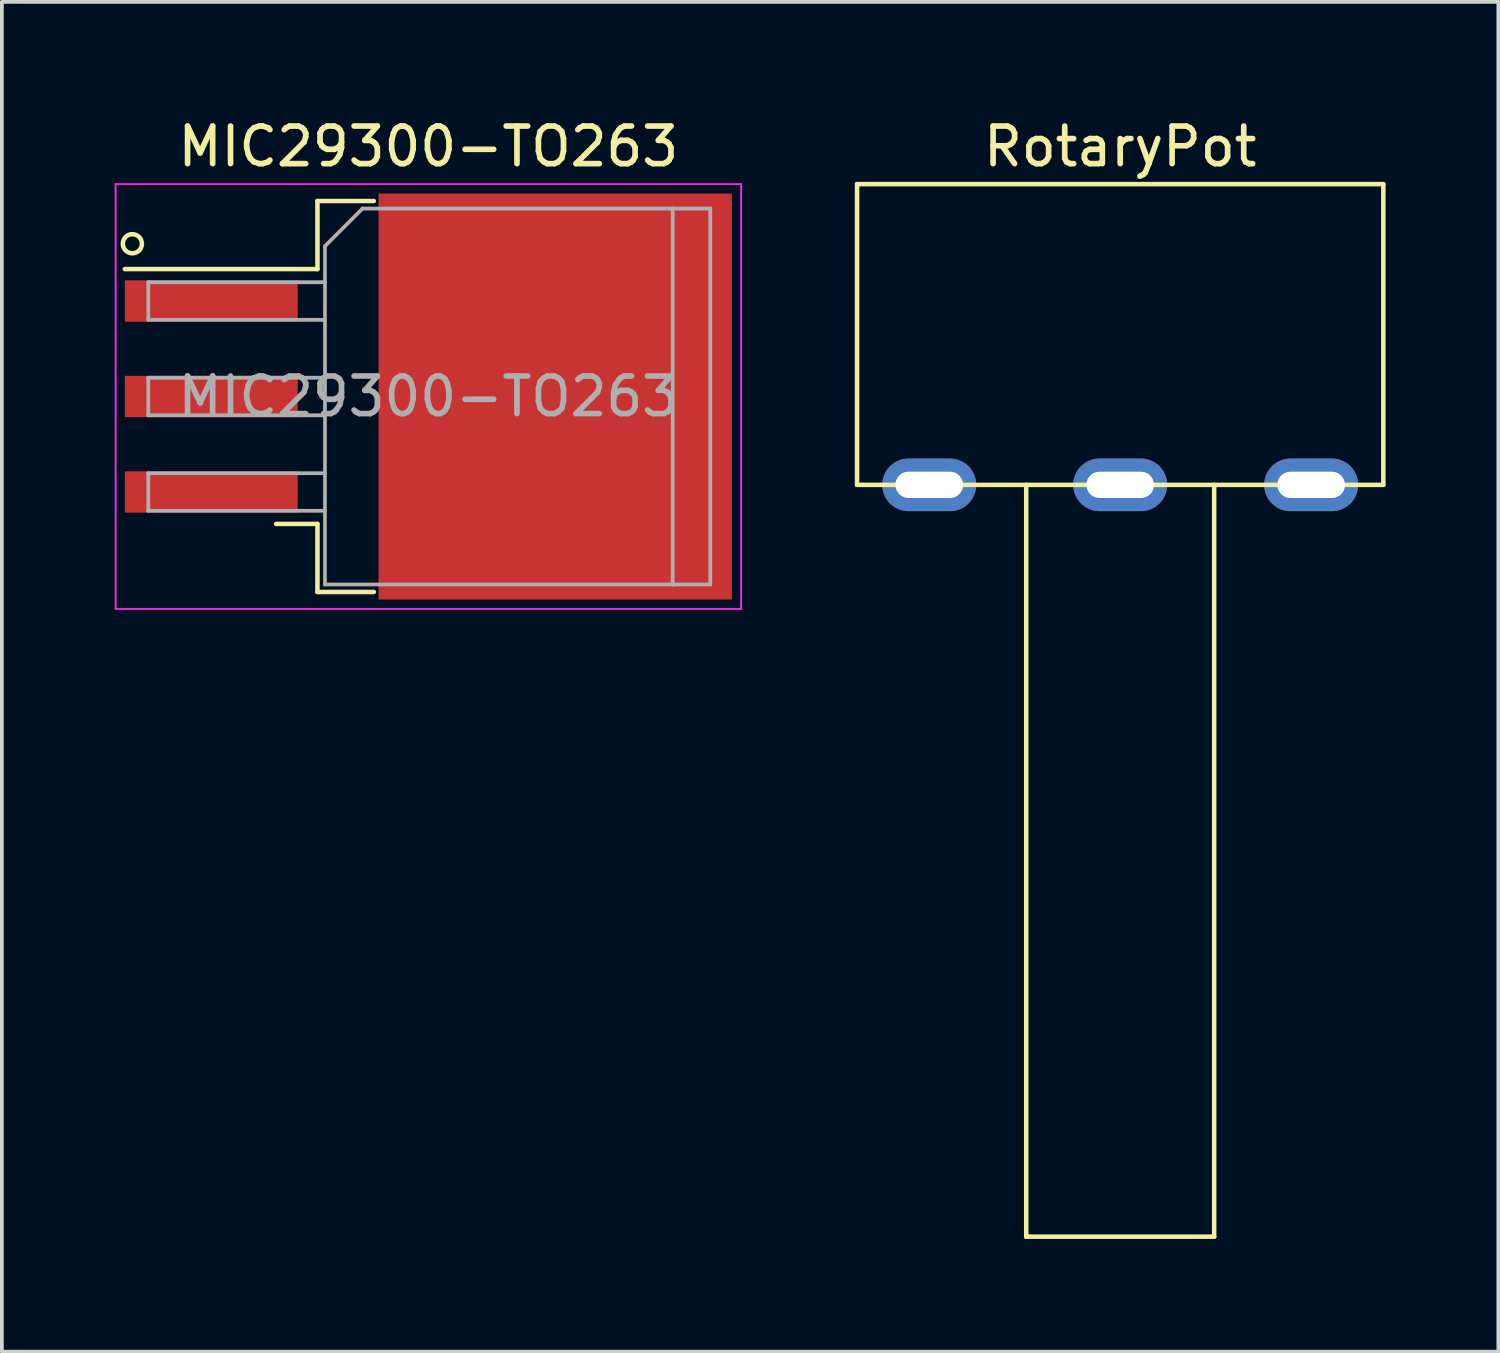
<source format=kicad_pcb>
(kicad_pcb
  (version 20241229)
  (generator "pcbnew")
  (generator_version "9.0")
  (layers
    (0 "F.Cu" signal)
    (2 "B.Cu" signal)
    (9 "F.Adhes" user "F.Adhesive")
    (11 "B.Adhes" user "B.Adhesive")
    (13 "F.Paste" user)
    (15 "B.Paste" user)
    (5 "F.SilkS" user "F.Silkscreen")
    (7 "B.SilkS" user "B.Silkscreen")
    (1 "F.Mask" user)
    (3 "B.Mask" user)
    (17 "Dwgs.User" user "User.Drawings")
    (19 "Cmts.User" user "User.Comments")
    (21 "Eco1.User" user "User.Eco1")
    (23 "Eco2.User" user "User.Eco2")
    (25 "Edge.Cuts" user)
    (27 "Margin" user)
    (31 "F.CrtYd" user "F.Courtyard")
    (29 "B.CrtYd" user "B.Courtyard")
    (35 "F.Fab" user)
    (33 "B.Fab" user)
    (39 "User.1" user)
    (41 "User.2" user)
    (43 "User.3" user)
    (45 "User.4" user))
  (footprint "MIC29300-TO263"
    (layer "F.Cu")
    (at 8.345 7.498)
    (property "Reference" "MIC29300-TO263" (at 0 -6.65 0) (layer "F.SilkS") (effects (font (size 1 1) (thickness 0.15))))
    (attr smd)
    (fp_line (start -2.95 -5.2) (end -2.95 -3.39) (stroke (width 0.12) (type solid)) (layer "F.SilkS"))
    (fp_line (start -2.95 -3.39) (end -8.075 -3.39) (stroke (width 0.12) (type solid)) (layer "F.SilkS"))
    (fp_line (start -2.95 3.39) (end -4.05 3.39) (stroke (width 0.12) (type solid)) (layer "F.SilkS"))
    (fp_line (start -2.95 5.2) (end -2.95 3.39) (stroke (width 0.12) (type solid)) (layer "F.SilkS"))
    (fp_line (start -1.45 -5.2) (end -2.95 -5.2) (stroke (width 0.12) (type solid)) (layer "F.SilkS"))
    (fp_line (start -1.45 5.2) (end -2.95 5.2) (stroke (width 0.12) (type solid)) (layer "F.SilkS"))
    (fp_circle (center -7.874 -4.064) (end -7.874 -4.318) (stroke (width 0.12) (type solid)) (fill no) (layer "F.SilkS"))
    (fp_line (start -8.32 -5.65) (end -8.32 5.65) (stroke (width 0.05) (type solid)) (layer "F.CrtYd"))
    (fp_line (start -8.32 5.65) (end 8.32 5.65) (stroke (width 0.05) (type solid)) (layer "F.CrtYd"))
    (fp_line (start 8.32 -5.65) (end -8.32 -5.65) (stroke (width 0.05) (type solid)) (layer "F.CrtYd"))
    (fp_line (start 8.32 5.65) (end 8.32 -5.65) (stroke (width 0.05) (type solid)) (layer "F.CrtYd"))
    (fp_line (start -7.45 -3.04) (end -7.45 -2.04) (stroke (width 0.1) (type solid)) (layer "F.Fab"))
    (fp_line (start -7.45 -2.04) (end -2.75 -2.04) (stroke (width 0.1) (type solid)) (layer "F.Fab"))
    (fp_line (start -7.45 -0.5) (end -7.45 0.5) (stroke (width 0.1) (type solid)) (layer "F.Fab"))
    (fp_line (start -7.45 0.5) (end -2.75 0.5) (stroke (width 0.1) (type solid)) (layer "F.Fab"))
    (fp_line (start -7.45 2.04) (end -7.45 3.04) (stroke (width 0.1) (type solid)) (layer "F.Fab"))
    (fp_line (start -7.45 3.04) (end -2.75 3.04) (stroke (width 0.1) (type solid)) (layer "F.Fab"))
    (fp_line (start -2.75 -4) (end -1.75 -5) (stroke (width 0.1) (type solid)) (layer "F.Fab"))
    (fp_line (start -2.75 -3.04) (end -7.45 -3.04) (stroke (width 0.1) (type solid)) (layer "F.Fab"))
    (fp_line (start -2.75 -0.5) (end -7.45 -0.5) (stroke (width 0.1) (type solid)) (layer "F.Fab"))
    (fp_line (start -2.75 2.04) (end -7.45 2.04) (stroke (width 0.1) (type solid)) (layer "F.Fab"))
    (fp_line (start -2.75 5) (end -2.75 -4) (stroke (width 0.1) (type solid)) (layer "F.Fab"))
    (fp_line (start -1.75 -5) (end 6.5 -5) (stroke (width 0.1) (type solid)) (layer "F.Fab"))
    (fp_line (start 6.5 -5) (end 6.5 5) (stroke (width 0.1) (type solid)) (layer "F.Fab"))
    (fp_line (start 6.5 -5) (end 7.5 -5) (stroke (width 0.1) (type solid)) (layer "F.Fab"))
    (fp_line (start 6.5 5) (end -2.75 5) (stroke (width 0.1) (type solid)) (layer "F.Fab"))
    (fp_line (start 7.5 -5) (end 7.5 5) (stroke (width 0.1) (type solid)) (layer "F.Fab"))
    (fp_line (start 7.5 5) (end 6.5 5) (stroke (width 0.1) (type solid)) (layer "F.Fab"))
    (fp_text user "${REFERENCE}" (at 0 0 0) (layer "F.Fab") (effects (font (size 1 1) (thickness 0.15))))
    (pad "" smd rect (at 0.95 -2.775) (size 4.55 5.25) (layers "F.Paste"))
    (pad "" smd rect (at 0.95 2.775) (size 4.55 5.25) (layers "F.Paste"))
    (pad "" smd rect (at 5.8 -2.775) (size 4.55 5.25) (layers "F.Paste"))
    (pad "" smd rect (at 5.8 2.775) (size 4.55 5.25) (layers "F.Paste"))
    (pad "1" smd rect (at -5.775 -2.54) (size 4.6 1.1) (layers "F.Cu" "F.Mask" "F.Paste"))
    (pad "2" smd rect (at -5.775 0) (size 4.6 1.1) (layers "F.Cu" "F.Mask" "F.Paste"))
    (pad "3" smd rect (at -5.775 2.54) (size 4.6 1.1) (layers "F.Cu" "F.Mask" "F.Paste"))
    (pad "4" smd rect (at 3.375 0) (size 9.4 10.8) (layers "F.Cu" "F.Mask")))
  (footprint "RotaryPot"
    (layer "F.Cu")
    (at 26.75 9.848)
    (property "Reference" "RotaryPot" (at 0 -9 0) (layer "F.SilkS") (effects (font (size 1 1) (thickness 0.15))))
    (attr through_hole)
    (fp_line (start -7 -8) (end 7 -8) (stroke (width 0.12) (type solid)) (layer "F.SilkS"))
    (fp_line (start -7 0) (end -7 -8) (stroke (width 0.12) (type solid)) (layer "F.SilkS"))
    (fp_line (start -2.5 0) (end -2.5 20) (stroke (width 0.12) (type solid)) (layer "F.SilkS"))
    (fp_line (start -2.5 20) (end 2.5 20) (stroke (width 0.12) (type solid)) (layer "F.SilkS"))
    (fp_line (start 2.5 20) (end 2.5 0) (stroke (width 0.12) (type solid)) (layer "F.SilkS"))
    (fp_line (start 7 -8) (end 7 0) (stroke (width 0.12) (type solid)) (layer "F.SilkS"))
    (fp_line (start 7 0) (end -7 0) (stroke (width 0.12) (type solid)) (layer "F.SilkS"))
    (pad "1" thru_hole oval (at -5.08 0) (size 2.5 1.4) (drill oval 1.8 0.7) (layers "*.Cu" "*.Mask"))
    (pad "2" thru_hole oval (at 0 0) (size 2.5 1.4) (drill oval 1.8 0.7) (layers "*.Cu" "*.Mask"))
    (pad "3" thru_hole oval (at 5.08 0 180) (size 2.5 1.4) (drill oval 1.8 0.7) (layers "*.Cu" "*.Mask")))
  (gr_rect
    (start -3 -3)
    (end 36.81 32.908)
    (stroke (width 0.1) (type default))
    (fill no)
    (layer "Edge.Cuts")))
</source>
